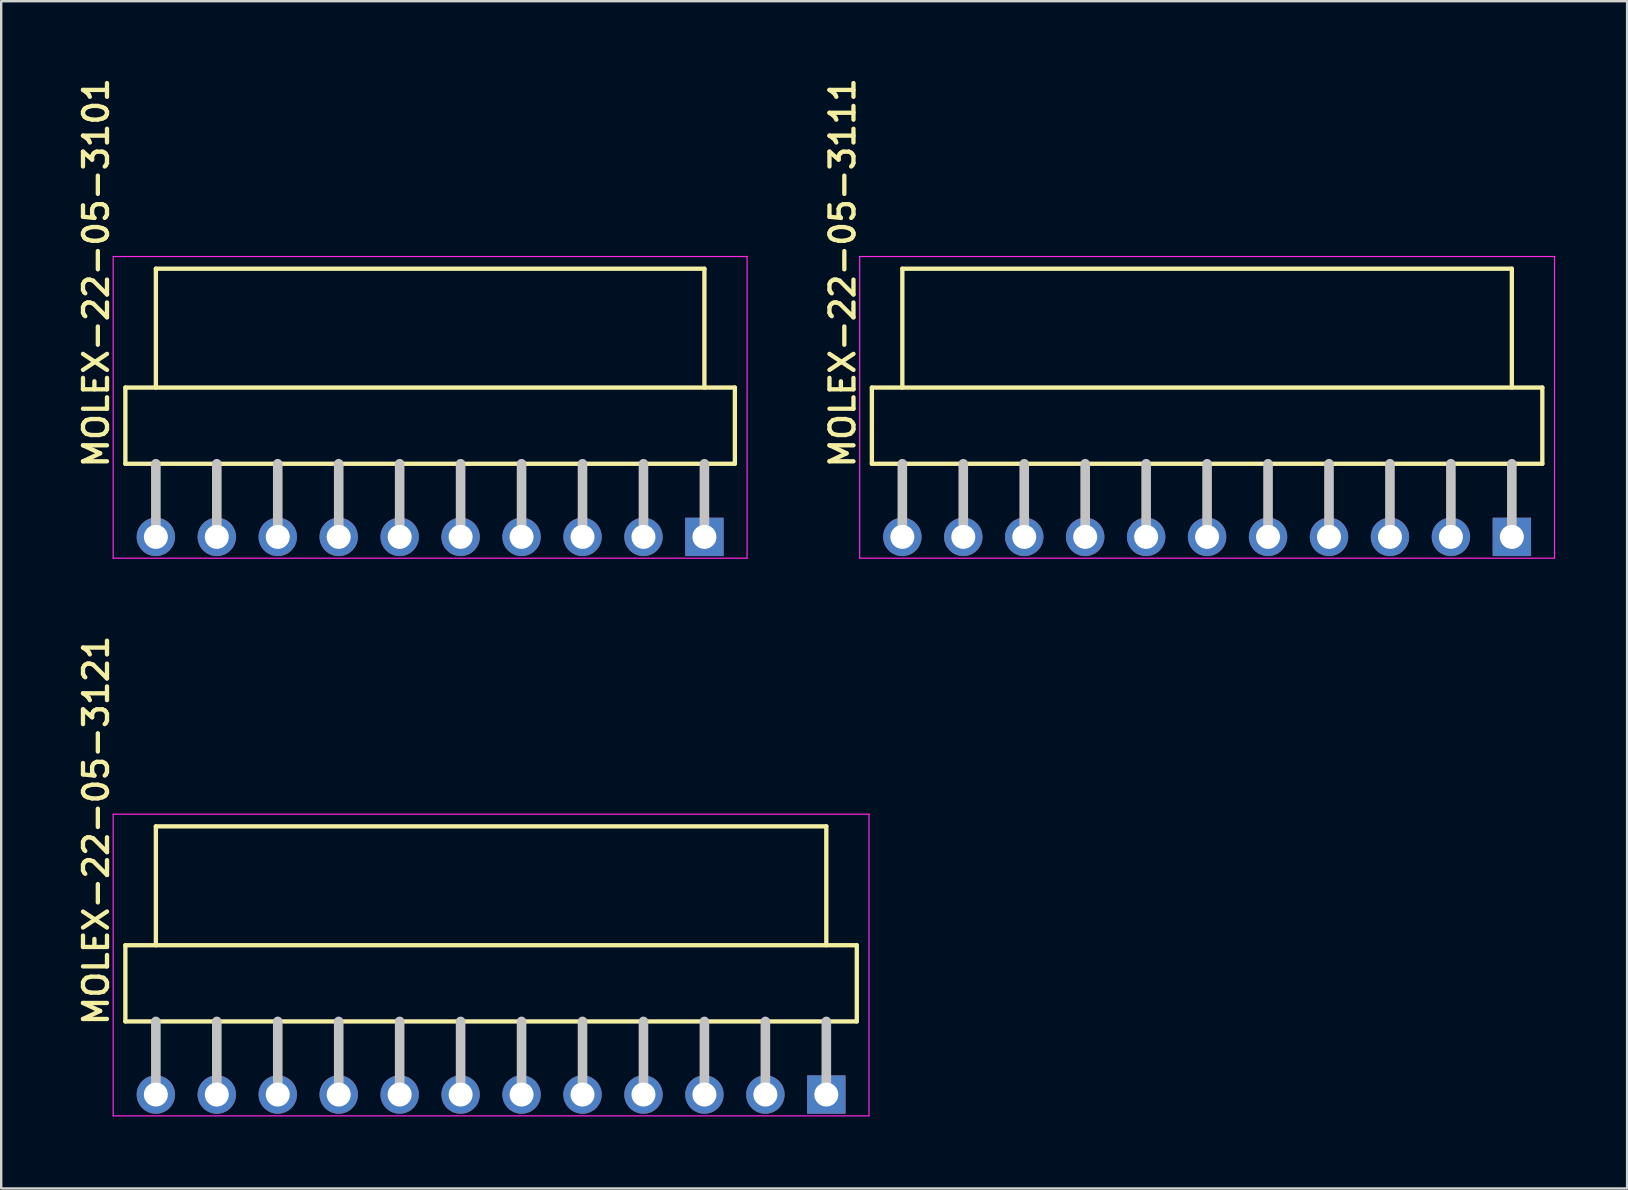
<source format=kicad_pcb>
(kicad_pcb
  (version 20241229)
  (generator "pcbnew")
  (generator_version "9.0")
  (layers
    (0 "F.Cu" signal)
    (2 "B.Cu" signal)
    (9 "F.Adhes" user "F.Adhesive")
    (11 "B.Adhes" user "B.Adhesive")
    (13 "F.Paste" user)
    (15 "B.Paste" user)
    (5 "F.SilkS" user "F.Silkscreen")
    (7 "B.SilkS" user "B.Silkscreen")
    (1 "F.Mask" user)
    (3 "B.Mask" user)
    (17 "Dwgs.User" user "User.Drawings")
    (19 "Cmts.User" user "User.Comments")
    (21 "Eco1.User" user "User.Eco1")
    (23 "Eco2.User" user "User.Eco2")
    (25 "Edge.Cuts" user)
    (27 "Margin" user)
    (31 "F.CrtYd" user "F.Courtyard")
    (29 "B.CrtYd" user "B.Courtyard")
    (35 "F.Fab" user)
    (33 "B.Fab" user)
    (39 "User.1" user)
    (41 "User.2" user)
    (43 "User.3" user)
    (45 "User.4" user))
  (footprint "MOLEX-22-05-3121"
    (layer "F.Cu")
    (at 17.415 42.563)
    (property "Reference" "MOLEX-22-05-3121" (at -15.875 -2.794 90) (layer "F.SilkS") (effects (font (size 1 1) (thickness 0.18)) (justify left bottom)))
    (attr through_hole)
    (fp_line (start -15.24 -6.223) (end -15.24 -3.048) (stroke (width 0.18) (type solid)) (layer "F.SilkS"))
    (fp_line (start -15.24 -3.048) (end 15.24 -3.048) (stroke (width 0.18) (type solid)) (layer "F.SilkS"))
    (fp_line (start -13.97 -6.223) (end -13.97 -11.176) (stroke (width 0.18) (type solid)) (layer "F.SilkS"))
    (fp_line (start 13.97 -11.176) (end -13.97 -11.176) (stroke (width 0.18) (type solid)) (layer "F.SilkS"))
    (fp_line (start 13.97 -6.223) (end 13.97 -11.176) (stroke (width 0.18) (type solid)) (layer "F.SilkS"))
    (fp_line (start 15.24 -6.223) (end -15.24 -6.223) (stroke (width 0.18) (type solid)) (layer "F.SilkS"))
    (fp_line (start 15.24 -3.048) (end 15.24 -6.223) (stroke (width 0.18) (type solid)) (layer "F.SilkS"))
    (fp_line (start -13.97 -3.048) (end -13.97 0) (stroke (width 0.4) (type solid)) (layer "Dwgs.User"))
    (fp_line (start -11.43 -3.048) (end -11.43 0) (stroke (width 0.4) (type solid)) (layer "Dwgs.User"))
    (fp_line (start -8.89 -3.048) (end -8.89 0) (stroke (width 0.4) (type solid)) (layer "Dwgs.User"))
    (fp_line (start -6.35 -3.048) (end -6.35 0) (stroke (width 0.4) (type solid)) (layer "Dwgs.User"))
    (fp_line (start -3.81 -3.048) (end -3.81 0) (stroke (width 0.4) (type solid)) (layer "Dwgs.User"))
    (fp_line (start -1.27 -3.048) (end -1.27 0) (stroke (width 0.4) (type solid)) (layer "Dwgs.User"))
    (fp_line (start 1.27 -3.048) (end 1.27 0) (stroke (width 0.4) (type solid)) (layer "Dwgs.User"))
    (fp_line (start 3.81 -3.048) (end 3.81 0) (stroke (width 0.4) (type solid)) (layer "Dwgs.User"))
    (fp_line (start 6.35 -3.048) (end 6.35 0) (stroke (width 0.4) (type solid)) (layer "Dwgs.User"))
    (fp_line (start 8.89 -3.048) (end 8.89 0) (stroke (width 0.4) (type solid)) (layer "Dwgs.User"))
    (fp_line (start 11.43 -3.048) (end 11.43 0) (stroke (width 0.4) (type solid)) (layer "Dwgs.User"))
    (fp_line (start 13.97 -3.048) (end 13.97 0) (stroke (width 0.4) (type solid)) (layer "Dwgs.User"))
    (fp_line (start -15.748 -11.684) (end 15.748 -11.684) (stroke (width 0.05) (type solid)) (layer "F.CrtYd"))
    (fp_line (start -15.748 0.889) (end -15.748 -11.684) (stroke (width 0.05) (type solid)) (layer "F.CrtYd"))
    (fp_line (start 15.748 -11.684) (end 15.748 0.889) (stroke (width 0.05) (type solid)) (layer "F.CrtYd"))
    (fp_line (start 15.748 0.889) (end -15.748 0.889) (stroke (width 0.05) (type solid)) (layer "F.CrtYd"))
    (pad "1" thru_hole rect (at 13.97 0) (size 1.6 1.6) (drill 1) (layers "*.Cu" "*.Mask"))
    (pad "2" thru_hole circle (at 11.43 0) (size 1.6 1.6) (drill 1) (layers "*.Cu" "*.Mask"))
    (pad "3" thru_hole circle (at 8.89 0) (size 1.6 1.6) (drill 1) (layers "*.Cu" "*.Mask"))
    (pad "4" thru_hole circle (at 6.35 0) (size 1.6 1.6) (drill 1) (layers "*.Cu" "*.Mask"))
    (pad "5" thru_hole circle (at 3.81 0) (size 1.6 1.6) (drill 1) (layers "*.Cu" "*.Mask"))
    (pad "6" thru_hole circle (at 1.27 0) (size 1.6 1.6) (drill 1) (layers "*.Cu" "*.Mask"))
    (pad "7" thru_hole circle (at -1.27 0) (size 1.6 1.6) (drill 1) (layers "*.Cu" "*.Mask"))
    (pad "8" thru_hole circle (at -3.81 0) (size 1.6 1.6) (drill 1) (layers "*.Cu" "*.Mask"))
    (pad "9" thru_hole circle (at -6.35 0) (size 1.6 1.6) (drill 1) (layers "*.Cu" "*.Mask"))
    (pad "10" thru_hole circle (at -8.89 0) (size 1.6 1.6) (drill 1) (layers "*.Cu" "*.Mask"))
    (pad "11" thru_hole circle (at -11.43 0) (size 1.6 1.6) (drill 1) (layers "*.Cu" "*.Mask"))
    (pad "12" thru_hole circle (at -13.97 0) (size 1.6 1.6) (drill 1) (layers "*.Cu" "*.Mask")))
  (footprint "MOLEX-22-05-3101"
    (layer "F.Cu")
    (at 14.875 19.324)
    (property "Reference" "MOLEX-22-05-3101" (at -13.335 -2.794 90) (layer "F.SilkS") (effects (font (size 1 1) (thickness 0.18)) (justify left bottom)))
    (attr through_hole)
    (fp_line (start -12.7 -6.223) (end -12.7 -3.048) (stroke (width 0.18) (type solid)) (layer "F.SilkS"))
    (fp_line (start -12.7 -3.048) (end 12.7 -3.048) (stroke (width 0.18) (type solid)) (layer "F.SilkS"))
    (fp_line (start -11.43 -6.223) (end -11.43 -11.176) (stroke (width 0.18) (type solid)) (layer "F.SilkS"))
    (fp_line (start 11.43 -11.176) (end -11.43 -11.176) (stroke (width 0.18) (type solid)) (layer "F.SilkS"))
    (fp_line (start 11.43 -6.223) (end 11.43 -11.176) (stroke (width 0.18) (type solid)) (layer "F.SilkS"))
    (fp_line (start 12.7 -6.223) (end -12.7 -6.223) (stroke (width 0.18) (type solid)) (layer "F.SilkS"))
    (fp_line (start 12.7 -3.048) (end 12.7 -6.223) (stroke (width 0.18) (type solid)) (layer "F.SilkS"))
    (fp_line (start -11.43 -3.048) (end -11.43 0) (stroke (width 0.4) (type solid)) (layer "Dwgs.User"))
    (fp_line (start -8.89 -3.048) (end -8.89 0) (stroke (width 0.4) (type solid)) (layer "Dwgs.User"))
    (fp_line (start -6.35 -3.048) (end -6.35 0) (stroke (width 0.4) (type solid)) (layer "Dwgs.User"))
    (fp_line (start -3.81 -3.048) (end -3.81 0) (stroke (width 0.4) (type solid)) (layer "Dwgs.User"))
    (fp_line (start -1.27 -3.048) (end -1.27 0) (stroke (width 0.4) (type solid)) (layer "Dwgs.User"))
    (fp_line (start 1.27 -3.048) (end 1.27 0) (stroke (width 0.4) (type solid)) (layer "Dwgs.User"))
    (fp_line (start 3.81 -3.048) (end 3.81 0) (stroke (width 0.4) (type solid)) (layer "Dwgs.User"))
    (fp_line (start 6.35 -3.048) (end 6.35 0) (stroke (width 0.4) (type solid)) (layer "Dwgs.User"))
    (fp_line (start 8.89 -3.048) (end 8.89 0) (stroke (width 0.4) (type solid)) (layer "Dwgs.User"))
    (fp_line (start 11.43 -3.048) (end 11.43 0) (stroke (width 0.4) (type solid)) (layer "Dwgs.User"))
    (fp_line (start -13.208 -11.684) (end 13.208 -11.684) (stroke (width 0.05) (type solid)) (layer "F.CrtYd"))
    (fp_line (start -13.208 0.889) (end -13.208 -11.684) (stroke (width 0.05) (type solid)) (layer "F.CrtYd"))
    (fp_line (start 13.208 -11.684) (end 13.208 0.889) (stroke (width 0.05) (type solid)) (layer "F.CrtYd"))
    (fp_line (start 13.208 0.889) (end -13.208 0.889) (stroke (width 0.05) (type solid)) (layer "F.CrtYd"))
    (pad "1" thru_hole rect (at 11.43 0) (size 1.6 1.6) (drill 1) (layers "*.Cu" "*.Mask"))
    (pad "2" thru_hole circle (at 8.89 0) (size 1.6 1.6) (drill 1) (layers "*.Cu" "*.Mask"))
    (pad "3" thru_hole circle (at 6.35 0) (size 1.6 1.6) (drill 1) (layers "*.Cu" "*.Mask"))
    (pad "4" thru_hole circle (at 3.81 0) (size 1.6 1.6) (drill 1) (layers "*.Cu" "*.Mask"))
    (pad "5" thru_hole circle (at 1.27 0) (size 1.6 1.6) (drill 1) (layers "*.Cu" "*.Mask"))
    (pad "6" thru_hole circle (at -1.27 0) (size 1.6 1.6) (drill 1) (layers "*.Cu" "*.Mask"))
    (pad "7" thru_hole circle (at -3.81 0) (size 1.6 1.6) (drill 1) (layers "*.Cu" "*.Mask"))
    (pad "8" thru_hole circle (at -6.35 0) (size 1.6 1.6) (drill 1) (layers "*.Cu" "*.Mask"))
    (pad "9" thru_hole circle (at -8.89 0) (size 1.6 1.6) (drill 1) (layers "*.Cu" "*.Mask"))
    (pad "10" thru_hole circle (at -11.43 0) (size 1.6 1.6) (drill 1) (layers "*.Cu" "*.Mask")))
  (footprint "MOLEX-22-05-3111"
    (layer "F.Cu")
    (at 47.253 19.324)
    (property "Reference" "MOLEX-22-05-3111" (at -14.605 -2.794 90) (layer "F.SilkS") (effects (font (size 1 1) (thickness 0.18)) (justify left bottom)))
    (attr through_hole)
    (fp_line (start -13.97 -6.223) (end -13.97 -3.048) (stroke (width 0.18) (type solid)) (layer "F.SilkS"))
    (fp_line (start -13.97 -3.048) (end 13.97 -3.048) (stroke (width 0.18) (type solid)) (layer "F.SilkS"))
    (fp_line (start -12.7 -11.176) (end 12.7 -11.176) (stroke (width 0.18) (type solid)) (layer "F.SilkS"))
    (fp_line (start -12.7 -6.223) (end -12.7 -11.176) (stroke (width 0.18) (type solid)) (layer "F.SilkS"))
    (fp_line (start 12.7 -6.223) (end 12.7 -11.176) (stroke (width 0.18) (type solid)) (layer "F.SilkS"))
    (fp_line (start 13.97 -6.223) (end -13.97 -6.223) (stroke (width 0.18) (type solid)) (layer "F.SilkS"))
    (fp_line (start 13.97 -3.048) (end 13.97 -6.223) (stroke (width 0.18) (type solid)) (layer "F.SilkS"))
    (fp_line (start -12.7 -3.048) (end -12.7 0) (stroke (width 0.4) (type solid)) (layer "Dwgs.User"))
    (fp_line (start -10.16 -3.048) (end -10.16 0) (stroke (width 0.4) (type solid)) (layer "Dwgs.User"))
    (fp_line (start -7.62 -3.048) (end -7.62 0) (stroke (width 0.4) (type solid)) (layer "Dwgs.User"))
    (fp_line (start -5.08 -3.048) (end -5.08 0) (stroke (width 0.4) (type solid)) (layer "Dwgs.User"))
    (fp_line (start -2.54 -3.048) (end -2.54 0) (stroke (width 0.4) (type solid)) (layer "Dwgs.User"))
    (fp_line (start 0 -3.048) (end 0 0) (stroke (width 0.4) (type solid)) (layer "Dwgs.User"))
    (fp_line (start 2.54 -3.048) (end 2.54 0) (stroke (width 0.4) (type solid)) (layer "Dwgs.User"))
    (fp_line (start 5.08 -3.048) (end 5.08 0) (stroke (width 0.4) (type solid)) (layer "Dwgs.User"))
    (fp_line (start 7.62 -3.048) (end 7.62 0) (stroke (width 0.4) (type solid)) (layer "Dwgs.User"))
    (fp_line (start 10.16 -3.048) (end 10.16 0) (stroke (width 0.4) (type solid)) (layer "Dwgs.User"))
    (fp_line (start 12.7 -3.048) (end 12.7 0) (stroke (width 0.4) (type solid)) (layer "Dwgs.User"))
    (fp_line (start -14.478 -11.684) (end 14.478 -11.684) (stroke (width 0.05) (type solid)) (layer "F.CrtYd"))
    (fp_line (start -14.478 0.889) (end -14.478 -11.684) (stroke (width 0.05) (type solid)) (layer "F.CrtYd"))
    (fp_line (start 14.478 -11.684) (end 14.478 0.889) (stroke (width 0.05) (type solid)) (layer "F.CrtYd"))
    (fp_line (start 14.478 0.889) (end -14.478 0.889) (stroke (width 0.05) (type solid)) (layer "F.CrtYd"))
    (pad "1" thru_hole rect (at 12.7 0) (size 1.6 1.6) (drill 1) (layers "*.Cu" "*.Mask"))
    (pad "2" thru_hole circle (at 10.16 0) (size 1.6 1.6) (drill 1) (layers "*.Cu" "*.Mask"))
    (pad "3" thru_hole circle (at 7.62 0) (size 1.6 1.6) (drill 1) (layers "*.Cu" "*.Mask"))
    (pad "4" thru_hole circle (at 5.08 0) (size 1.6 1.6) (drill 1) (layers "*.Cu" "*.Mask"))
    (pad "5" thru_hole circle (at 2.54 0) (size 1.6 1.6) (drill 1) (layers "*.Cu" "*.Mask"))
    (pad "6" thru_hole circle (at 0 0) (size 1.6 1.6) (drill 1) (layers "*.Cu" "*.Mask"))
    (pad "7" thru_hole circle (at -2.54 0) (size 1.6 1.6) (drill 1) (layers "*.Cu" "*.Mask"))
    (pad "8" thru_hole circle (at -5.08 0) (size 1.6 1.6) (drill 1) (layers "*.Cu" "*.Mask"))
    (pad "9" thru_hole circle (at -7.62 0) (size 1.6 1.6) (drill 1) (layers "*.Cu" "*.Mask"))
    (pad "10" thru_hole circle (at -10.16 0) (size 1.6 1.6) (drill 1) (layers "*.Cu" "*.Mask"))
    (pad "11" thru_hole circle (at -12.7 0) (size 1.6 1.6) (drill 1) (layers "*.Cu" "*.Mask")))
  (gr_rect
    (start -3 -3)
    (end 64.756 46.477)
    (stroke (width 0.1) (type default))
    (fill no)
    (layer "Edge.Cuts")))
</source>
